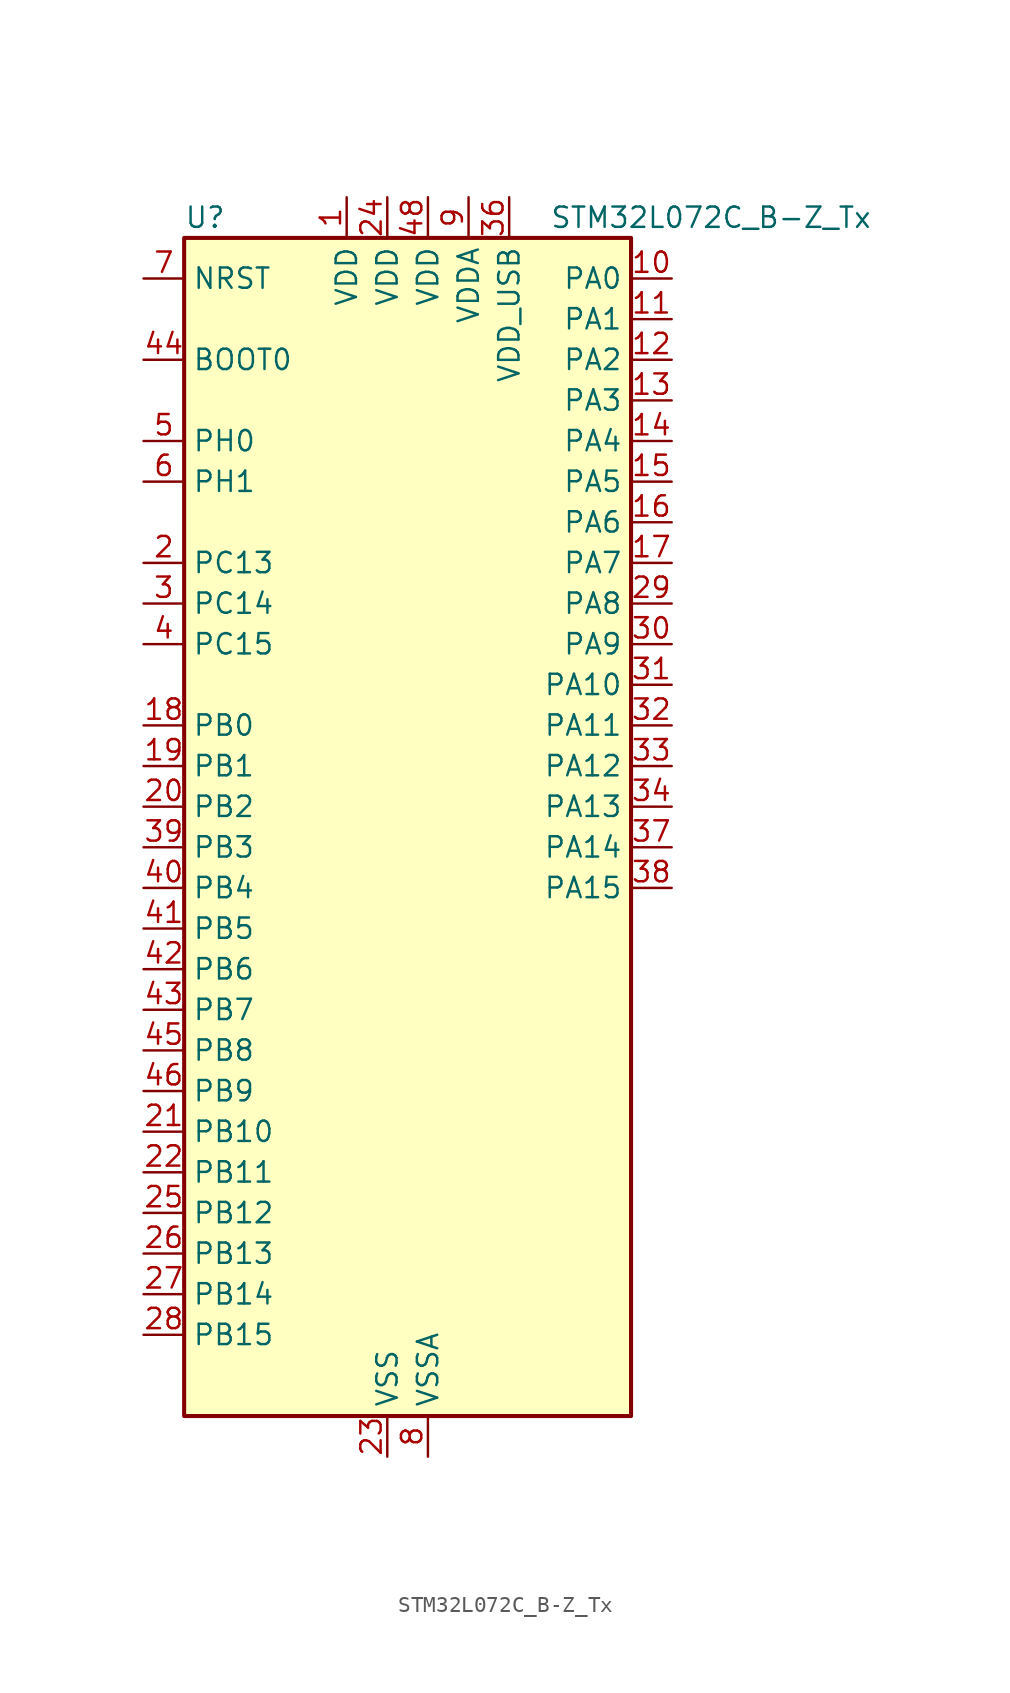
<source format=kicad_sym>
(kicad_symbol_lib
  (version 20220914)
  (generator kicad_symbol_editor)
  (symbol "STM32L072C_B-Z_Tx"
    (property "Reference" "U"
      (at -12.7 39.37 0)
      (effects (font (size 1.27 1.27)) (justify left)))
    (property "Value" "STM32L072C_B-Z_Tx"
      (at 10.16 39.37 0)
      (effects (font (size 1.27 1.27)) (justify left)))
    (property "ki_locked" ""
      (at 0 0 0)
      (effects (font (size 1.27 1.27))))
    (symbol "STM32L072C_B-Z_Tx_0_1"
      (rectangle (start -12.7 -35.56) (end 15.24 38.1) (stroke (width 0.254) (type default)) (fill (type background))))
    (symbol "STM32L072C_B-Z_Tx_1_1"
      (pin power_in line (at -2.54 40.64 270) (length 2.54) (name "VDD" (effects (font (size 1.27 1.27)))) (number "1" (effects (font (size 1.27 1.27)))))
      (pin bidirectional line (at 17.78 35.56 180) (length 2.54) (name "PA0" (effects (font (size 1.27 1.27)))) (number "10" (effects (font (size 1.27 1.27)))) (alternate "ADC_IN0" bidirectional line) (alternate "COMP1_INM" bidirectional line) (alternate "COMP1_OUT" bidirectional line) (alternate "RTC_TAMP2" bidirectional line) (alternate "SYS_WKUP1" bidirectional line) (alternate "TIM2_CH1" bidirectional line) (alternate "TIM2_ETR" bidirectional line) (alternate "TSC_G1_IO1" bidirectional line) (alternate "USART2_CTS" bidirectional line) (alternate "USART4_TX" bidirectional line))
      (pin bidirectional line (at 17.78 33.02 180) (length 2.54) (name "PA1" (effects (font (size 1.27 1.27)))) (number "11" (effects (font (size 1.27 1.27)))) (alternate "ADC_IN1" bidirectional line) (alternate "COMP1_INP" bidirectional line) (alternate "TIM21_ETR" bidirectional line) (alternate "TIM2_CH2" bidirectional line) (alternate "TSC_G1_IO2" bidirectional line) (alternate "USART2_DE" bidirectional line) (alternate "USART2_RTS" bidirectional line) (alternate "USART4_RX" bidirectional line))
      (pin bidirectional line (at 17.78 30.48 180) (length 2.54) (name "PA2" (effects (font (size 1.27 1.27)))) (number "12" (effects (font (size 1.27 1.27)))) (alternate "ADC_IN2" bidirectional line) (alternate "COMP2_INM" bidirectional line) (alternate "COMP2_OUT" bidirectional line) (alternate "LPUART1_TX" bidirectional line) (alternate "TIM21_CH1" bidirectional line) (alternate "TIM2_CH3" bidirectional line) (alternate "TSC_G1_IO3" bidirectional line) (alternate "USART2_TX" bidirectional line))
      (pin bidirectional line (at 17.78 27.94 180) (length 2.54) (name "PA3" (effects (font (size 1.27 1.27)))) (number "13" (effects (font (size 1.27 1.27)))) (alternate "ADC_IN3" bidirectional line) (alternate "COMP2_INP" bidirectional line) (alternate "LPUART1_RX" bidirectional line) (alternate "TIM21_CH2" bidirectional line) (alternate "TIM2_CH4" bidirectional line) (alternate "TSC_G1_IO4" bidirectional line) (alternate "USART2_RX" bidirectional line))
      (pin bidirectional line (at 17.78 25.4 180) (length 2.54) (name "PA4" (effects (font (size 1.27 1.27)))) (number "14" (effects (font (size 1.27 1.27)))) (alternate "ADC_IN4" bidirectional line) (alternate "COMP1_INM" bidirectional line) (alternate "COMP2_INM" bidirectional line) (alternate "DAC_OUT1" bidirectional line) (alternate "SPI1_NSS" bidirectional line) (alternate "TIM22_ETR" bidirectional line) (alternate "TSC_G2_IO1" bidirectional line) (alternate "USART2_CK" bidirectional line))
      (pin bidirectional line (at 17.78 22.86 180) (length 2.54) (name "PA5" (effects (font (size 1.27 1.27)))) (number "15" (effects (font (size 1.27 1.27)))) (alternate "ADC_IN5" bidirectional line) (alternate "COMP1_INM" bidirectional line) (alternate "COMP2_INM" bidirectional line) (alternate "DAC_OUT2" bidirectional line) (alternate "SPI1_SCK" bidirectional line) (alternate "TIM2_CH1" bidirectional line) (alternate "TIM2_ETR" bidirectional line) (alternate "TSC_G2_IO2" bidirectional line))
      (pin bidirectional line (at 17.78 20.32 180) (length 2.54) (name "PA6" (effects (font (size 1.27 1.27)))) (number "16" (effects (font (size 1.27 1.27)))) (alternate "ADC_IN6" bidirectional line) (alternate "COMP1_OUT" bidirectional line) (alternate "LPUART1_CTS" bidirectional line) (alternate "SPI1_MISO" bidirectional line) (alternate "TIM22_CH1" bidirectional line) (alternate "TIM3_CH1" bidirectional line) (alternate "TSC_G2_IO3" bidirectional line))
      (pin bidirectional line (at 17.78 17.78 180) (length 2.54) (name "PA7" (effects (font (size 1.27 1.27)))) (number "17" (effects (font (size 1.27 1.27)))) (alternate "ADC_IN7" bidirectional line) (alternate "COMP2_OUT" bidirectional line) (alternate "SPI1_MOSI" bidirectional line) (alternate "TIM22_CH2" bidirectional line) (alternate "TIM3_CH2" bidirectional line) (alternate "TSC_G2_IO4" bidirectional line))
      (pin bidirectional line (at -15.24 7.62 0) (length 2.54) (name "PB0" (effects (font (size 1.27 1.27)))) (number "18" (effects (font (size 1.27 1.27)))) (alternate "ADC_IN8" bidirectional line) (alternate "SYS_VREF_OUT_PB0" bidirectional line) (alternate "TIM3_CH3" bidirectional line) (alternate "TSC_G3_IO2" bidirectional line))
      (pin bidirectional line (at -15.24 5.08 0) (length 2.54) (name "PB1" (effects (font (size 1.27 1.27)))) (number "19" (effects (font (size 1.27 1.27)))) (alternate "ADC_IN9" bidirectional line) (alternate "LPUART1_DE" bidirectional line) (alternate "LPUART1_RTS" bidirectional line) (alternate "SYS_VREF_OUT_PB1" bidirectional line) (alternate "TIM3_CH4" bidirectional line) (alternate "TSC_G3_IO3" bidirectional line))
      (pin bidirectional line (at -15.24 17.78 0) (length 2.54) (name "PC13" (effects (font (size 1.27 1.27)))) (number "2" (effects (font (size 1.27 1.27)))) (alternate "RTC_OUT_ALARM" bidirectional line) (alternate "RTC_OUT_CALIB" bidirectional line) (alternate "RTC_TAMP1" bidirectional line) (alternate "RTC_TS" bidirectional line) (alternate "SYS_WKUP2" bidirectional line))
      (pin bidirectional line (at -15.24 2.54 0) (length 2.54) (name "PB2" (effects (font (size 1.27 1.27)))) (number "20" (effects (font (size 1.27 1.27)))) (alternate "I2C3_SMBA" bidirectional line) (alternate "LPTIM1_OUT" bidirectional line) (alternate "TSC_G3_IO4" bidirectional line))
      (pin bidirectional line (at -15.24 -17.78 0) (length 2.54) (name "PB10" (effects (font (size 1.27 1.27)))) (number "21" (effects (font (size 1.27 1.27)))) (alternate "I2C2_SCL" bidirectional line) (alternate "LPUART1_RX" bidirectional line) (alternate "LPUART1_TX" bidirectional line) (alternate "SPI2_SCK" bidirectional line) (alternate "TIM2_CH3" bidirectional line) (alternate "TSC_SYNC" bidirectional line))
      (pin bidirectional line (at -15.24 -20.32 0) (length 2.54) (name "PB11" (effects (font (size 1.27 1.27)))) (number "22" (effects (font (size 1.27 1.27)))) (alternate "ADC_EXTI11" bidirectional line) (alternate "I2C2_SDA" bidirectional line) (alternate "LPUART1_RX" bidirectional line) (alternate "LPUART1_TX" bidirectional line) (alternate "TIM2_CH4" bidirectional line) (alternate "TSC_G6_IO1" bidirectional line))
      (pin power_in line (at 0 -38.1 90) (length 2.54) (name "VSS" (effects (font (size 1.27 1.27)))) (number "23" (effects (font (size 1.27 1.27)))))
      (pin power_in line (at 0 40.64 270) (length 2.54) (name "VDD" (effects (font (size 1.27 1.27)))) (number "24" (effects (font (size 1.27 1.27)))))
      (pin bidirectional line (at -15.24 -22.86 0) (length 2.54) (name "PB12" (effects (font (size 1.27 1.27)))) (number "25" (effects (font (size 1.27 1.27)))) (alternate "I2S2_WS" bidirectional line) (alternate "LPUART1_DE" bidirectional line) (alternate "LPUART1_RTS" bidirectional line) (alternate "SPI2_NSS" bidirectional line) (alternate "TSC_G6_IO2" bidirectional line))
      (pin bidirectional line (at -15.24 -25.4 0) (length 2.54) (name "PB13" (effects (font (size 1.27 1.27)))) (number "26" (effects (font (size 1.27 1.27)))) (alternate "I2C2_SCL" bidirectional line) (alternate "I2S2_CK" bidirectional line) (alternate "LPUART1_CTS" bidirectional line) (alternate "RCC_MCO" bidirectional line) (alternate "SPI2_SCK" bidirectional line) (alternate "TIM21_CH1" bidirectional line) (alternate "TSC_G6_IO3" bidirectional line))
      (pin bidirectional line (at -15.24 -27.94 0) (length 2.54) (name "PB14" (effects (font (size 1.27 1.27)))) (number "27" (effects (font (size 1.27 1.27)))) (alternate "I2C2_SDA" bidirectional line) (alternate "I2S2_MCK" bidirectional line) (alternate "LPUART1_DE" bidirectional line) (alternate "LPUART1_RTS" bidirectional line) (alternate "RTC_OUT_ALARM" bidirectional line) (alternate "RTC_OUT_CALIB" bidirectional line) (alternate "SPI2_MISO" bidirectional line) (alternate "TIM21_CH2" bidirectional line) (alternate "TSC_G6_IO4" bidirectional line))
      (pin bidirectional line (at -15.24 -30.48 0) (length 2.54) (name "PB15" (effects (font (size 1.27 1.27)))) (number "28" (effects (font (size 1.27 1.27)))) (alternate "I2S2_SD" bidirectional line) (alternate "RTC_REFIN" bidirectional line) (alternate "SPI2_MOSI" bidirectional line))
      (pin bidirectional line (at 17.78 15.24 180) (length 2.54) (name "PA8" (effects (font (size 1.27 1.27)))) (number "29" (effects (font (size 1.27 1.27)))) (alternate "CRS_SYNC" bidirectional line) (alternate "I2C3_SCL" bidirectional line) (alternate "RCC_MCO" bidirectional line) (alternate "USART1_CK" bidirectional line))
      (pin bidirectional line (at -15.24 15.24 0) (length 2.54) (name "PC14" (effects (font (size 1.27 1.27)))) (number "3" (effects (font (size 1.27 1.27)))) (alternate "RCC_OSC32_IN" bidirectional line))
      (pin bidirectional line (at 17.78 12.7 180) (length 2.54) (name "PA9" (effects (font (size 1.27 1.27)))) (number "30" (effects (font (size 1.27 1.27)))) (alternate "DAC_EXTI9" bidirectional line) (alternate "I2C1_SCL" bidirectional line) (alternate "I2C3_SMBA" bidirectional line) (alternate "RCC_MCO" bidirectional line) (alternate "TSC_G4_IO1" bidirectional line) (alternate "USART1_TX" bidirectional line))
      (pin bidirectional line (at 17.78 10.16 180) (length 2.54) (name "PA10" (effects (font (size 1.27 1.27)))) (number "31" (effects (font (size 1.27 1.27)))) (alternate "I2C1_SDA" bidirectional line) (alternate "TSC_G4_IO2" bidirectional line) (alternate "USART1_RX" bidirectional line))
      (pin bidirectional line (at 17.78 7.62 180) (length 2.54) (name "PA11" (effects (font (size 1.27 1.27)))) (number "32" (effects (font (size 1.27 1.27)))) (alternate "ADC_EXTI11" bidirectional line) (alternate "COMP1_OUT" bidirectional line) (alternate "SPI1_MISO" bidirectional line) (alternate "TSC_G4_IO3" bidirectional line) (alternate "USART1_CTS" bidirectional line) (alternate "USB_DM" bidirectional line))
      (pin bidirectional line (at 17.78 5.08 180) (length 2.54) (name "PA12" (effects (font (size 1.27 1.27)))) (number "33" (effects (font (size 1.27 1.27)))) (alternate "COMP2_OUT" bidirectional line) (alternate "SPI1_MOSI" bidirectional line) (alternate "TSC_G4_IO4" bidirectional line) (alternate "USART1_DE" bidirectional line) (alternate "USART1_RTS" bidirectional line) (alternate "USB_DP" bidirectional line))
      (pin bidirectional line (at 17.78 2.54 180) (length 2.54) (name "PA13" (effects (font (size 1.27 1.27)))) (number "34" (effects (font (size 1.27 1.27)))) (alternate "LPUART1_RX" bidirectional line) (alternate "SYS_SWDIO" bidirectional line) (alternate "USB_NOE" bidirectional line))
      (pin passive line (at 0 -38.1 90) (length 2.54) hide (name "VSS" (effects (font (size 1.27 1.27)))) (number "35" (effects (font (size 1.27 1.27)))))
      (pin power_in line (at 7.62 40.64 270) (length 2.54) (name "VDD_USB" (effects (font (size 1.27 1.27)))) (number "36" (effects (font (size 1.27 1.27)))))
      (pin bidirectional line (at 17.78 0 180) (length 2.54) (name "PA14" (effects (font (size 1.27 1.27)))) (number "37" (effects (font (size 1.27 1.27)))) (alternate "LPUART1_TX" bidirectional line) (alternate "SYS_SWCLK" bidirectional line) (alternate "USART2_TX" bidirectional line))
      (pin bidirectional line (at 17.78 -2.54 180) (length 2.54) (name "PA15" (effects (font (size 1.27 1.27)))) (number "38" (effects (font (size 1.27 1.27)))) (alternate "SPI1_NSS" bidirectional line) (alternate "TIM2_CH1" bidirectional line) (alternate "TIM2_ETR" bidirectional line) (alternate "USART2_RX" bidirectional line) (alternate "USART4_DE" bidirectional line) (alternate "USART4_RTS" bidirectional line))
      (pin bidirectional line (at -15.24 0 0) (length 2.54) (name "PB3" (effects (font (size 1.27 1.27)))) (number "39" (effects (font (size 1.27 1.27)))) (alternate "COMP2_INM" bidirectional line) (alternate "SPI1_SCK" bidirectional line) (alternate "TIM2_CH2" bidirectional line) (alternate "TSC_G5_IO1" bidirectional line) (alternate "USART1_DE" bidirectional line) (alternate "USART1_RTS" bidirectional line) (alternate "USART5_TX" bidirectional line))
      (pin bidirectional line (at -15.24 12.7 0) (length 2.54) (name "PC15" (effects (font (size 1.27 1.27)))) (number "4" (effects (font (size 1.27 1.27)))) (alternate "RCC_OSC32_OUT" bidirectional line))
      (pin bidirectional line (at -15.24 -2.54 0) (length 2.54) (name "PB4" (effects (font (size 1.27 1.27)))) (number "40" (effects (font (size 1.27 1.27)))) (alternate "COMP2_INP" bidirectional line) (alternate "I2C3_SDA" bidirectional line) (alternate "SPI1_MISO" bidirectional line) (alternate "TIM22_CH1" bidirectional line) (alternate "TIM3_CH1" bidirectional line) (alternate "TSC_G5_IO2" bidirectional line) (alternate "USART1_CTS" bidirectional line) (alternate "USART5_RX" bidirectional line))
      (pin bidirectional line (at -15.24 -5.08 0) (length 2.54) (name "PB5" (effects (font (size 1.27 1.27)))) (number "41" (effects (font (size 1.27 1.27)))) (alternate "COMP2_INP" bidirectional line) (alternate "I2C1_SMBA" bidirectional line) (alternate "LPTIM1_IN1" bidirectional line) (alternate "SPI1_MOSI" bidirectional line) (alternate "TIM22_CH2" bidirectional line) (alternate "TIM3_CH2" bidirectional line) (alternate "USART1_CK" bidirectional line) (alternate "USART5_CK" bidirectional line) (alternate "USART5_DE" bidirectional line) (alternate "USART5_RTS" bidirectional line))
      (pin bidirectional line (at -15.24 -7.62 0) (length 2.54) (name "PB6" (effects (font (size 1.27 1.27)))) (number "42" (effects (font (size 1.27 1.27)))) (alternate "COMP2_INP" bidirectional line) (alternate "I2C1_SCL" bidirectional line) (alternate "LPTIM1_ETR" bidirectional line) (alternate "TSC_G5_IO3" bidirectional line) (alternate "USART1_TX" bidirectional line))
      (pin bidirectional line (at -15.24 -10.16 0) (length 2.54) (name "PB7" (effects (font (size 1.27 1.27)))) (number "43" (effects (font (size 1.27 1.27)))) (alternate "COMP2_INP" bidirectional line) (alternate "I2C1_SDA" bidirectional line) (alternate "LPTIM1_IN2" bidirectional line) (alternate "SYS_PVD_IN" bidirectional line) (alternate "TSC_G5_IO4" bidirectional line) (alternate "USART1_RX" bidirectional line) (alternate "USART4_CTS" bidirectional line))
      (pin input line (at -15.24 30.48 0) (length 2.54) (name "BOOT0" (effects (font (size 1.27 1.27)))) (number "44" (effects (font (size 1.27 1.27)))))
      (pin bidirectional line (at -15.24 -12.7 0) (length 2.54) (name "PB8" (effects (font (size 1.27 1.27)))) (number "45" (effects (font (size 1.27 1.27)))) (alternate "I2C1_SCL" bidirectional line) (alternate "TSC_SYNC" bidirectional line))
      (pin bidirectional line (at -15.24 -15.24 0) (length 2.54) (name "PB9" (effects (font (size 1.27 1.27)))) (number "46" (effects (font (size 1.27 1.27)))) (alternate "DAC_EXTI9" bidirectional line) (alternate "I2C1_SDA" bidirectional line) (alternate "I2S2_WS" bidirectional line) (alternate "SPI2_NSS" bidirectional line))
      (pin passive line (at 0 -38.1 90) (length 2.54) hide (name "VSS" (effects (font (size 1.27 1.27)))) (number "47" (effects (font (size 1.27 1.27)))))
      (pin power_in line (at 2.54 40.64 270) (length 2.54) (name "VDD" (effects (font (size 1.27 1.27)))) (number "48" (effects (font (size 1.27 1.27)))))
      (pin bidirectional line (at -15.24 25.4 0) (length 2.54) (name "PH0" (effects (font (size 1.27 1.27)))) (number "5" (effects (font (size 1.27 1.27)))) (alternate "CRS_SYNC" bidirectional line) (alternate "RCC_OSC_IN" bidirectional line))
      (pin bidirectional line (at -15.24 22.86 0) (length 2.54) (name "PH1" (effects (font (size 1.27 1.27)))) (number "6" (effects (font (size 1.27 1.27)))) (alternate "RCC_OSC_OUT" bidirectional line))
      (pin input line (at -15.24 35.56 0) (length 2.54) (name "NRST" (effects (font (size 1.27 1.27)))) (number "7" (effects (font (size 1.27 1.27)))))
      (pin power_in line (at 2.54 -38.1 90) (length 2.54) (name "VSSA" (effects (font (size 1.27 1.27)))) (number "8" (effects (font (size 1.27 1.27)))))
      (pin power_in line (at 5.08 40.64 270) (length 2.54) (name "VDDA" (effects (font (size 1.27 1.27)))) (number "9" (effects (font (size 1.27 1.27))))))))
</source>
